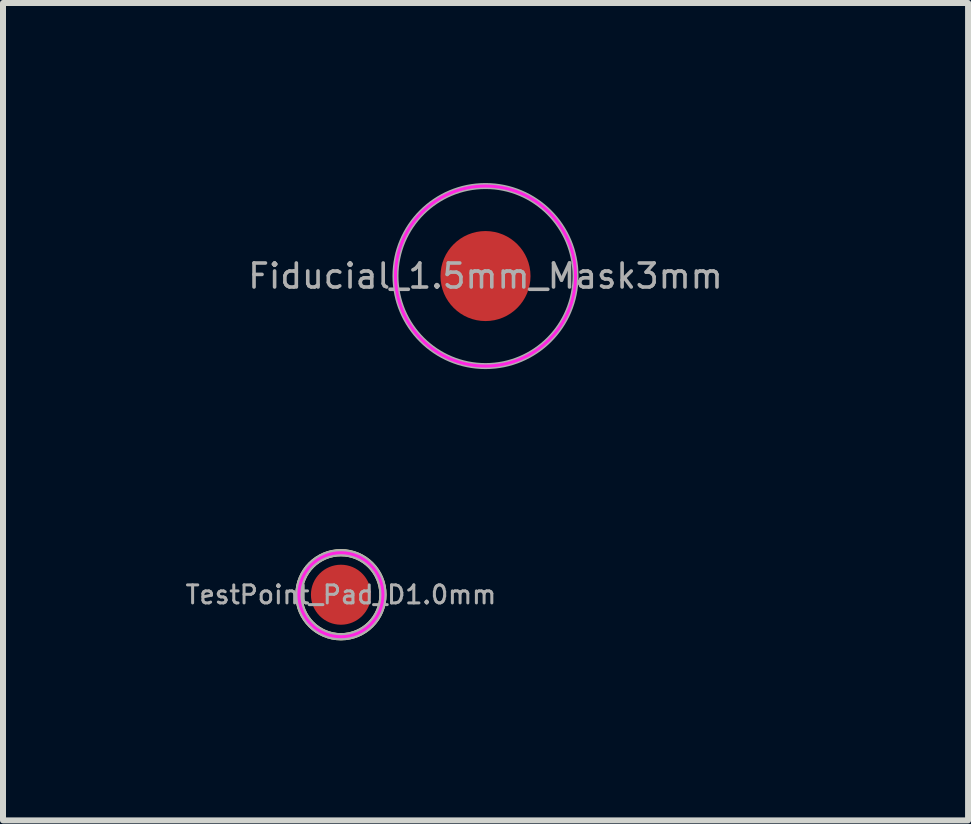
<source format=kicad_pcb>
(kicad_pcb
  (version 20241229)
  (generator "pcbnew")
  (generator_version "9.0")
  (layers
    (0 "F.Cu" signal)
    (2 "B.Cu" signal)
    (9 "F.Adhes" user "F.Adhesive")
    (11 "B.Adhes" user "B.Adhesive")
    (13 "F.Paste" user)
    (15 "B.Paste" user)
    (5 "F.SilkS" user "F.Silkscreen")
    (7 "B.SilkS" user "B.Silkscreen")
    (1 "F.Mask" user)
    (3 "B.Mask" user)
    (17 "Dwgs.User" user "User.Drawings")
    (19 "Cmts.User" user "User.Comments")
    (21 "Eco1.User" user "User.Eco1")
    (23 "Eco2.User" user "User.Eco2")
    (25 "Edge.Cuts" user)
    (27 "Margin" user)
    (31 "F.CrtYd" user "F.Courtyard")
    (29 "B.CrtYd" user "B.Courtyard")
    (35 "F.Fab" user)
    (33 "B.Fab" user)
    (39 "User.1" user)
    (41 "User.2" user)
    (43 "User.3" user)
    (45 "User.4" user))
  (footprint "Fiducial_1.5mm_Mask3mm"
    (layer "F.Cu")
    (at 5.04 1.55)
    (property "Reference" "Fiducial_1.5mm_Mask3mm" (at 0 0 0) (layer "Eco2.User") (effects (font (size 0.5 0.5) (thickness 0.1))))
    (attr smd)
    (fp_circle (center 0 0) (end 1.5 0) (stroke (width 0.05) (type solid)) (fill no) (layer "F.CrtYd"))
    (fp_circle (center 0 0) (end 1.5 0) (stroke (width 0.1) (type solid)) (fill no) (layer "F.Fab"))
    (fp_text user "${REFERENCE}" (at 0 0 0) (layer "F.Fab") (effects (font (size 0.4 0.4) (thickness 0.06))))
    (pad "" smd circle (at 0 0) (size 1.5 1.5) (layers "F.Cu" "F.Mask")))
  (footprint "TestPoint_Pad_D1.0mm"
    (layer "F.Cu")
    (at 2.631 6.86)
    (property "Reference" "TestPoint_Pad_D1.0mm" (at 0 0 0) (layer "Eco2.User") (effects (font (size 0.3 0.3) (thickness 0.05))))
    (attr exclude_from_pos_files exclude_from_bom)
    (fp_circle (center 0 0) (end 0 0.7) (stroke (width 0.12) (type solid)) (fill no) (layer "F.SilkS"))
    (fp_circle (center 0 0) (end 0.7 0) (stroke (width 0.05) (type solid)) (fill no) (layer "F.CrtYd"))
    (fp_circle (center 0 0) (end 0.7 0) (stroke (width 0.12) (type solid)) (fill no) (layer "F.Fab"))
    (fp_text user "${REFERENCE}" (at 0 0 0) (layer "F.Fab") (effects (font (size 0.3 0.3) (thickness 0.05))))
    (pad "1" smd circle (at 0 0) (size 1 1) (layers "F.Cu" "F.Mask")))
  (gr_rect
    (start -3 -3)
    (end 13.081 10.62)
    (stroke (width 0.1) (type default))
    (fill no)
    (layer "Edge.Cuts")))
</source>
